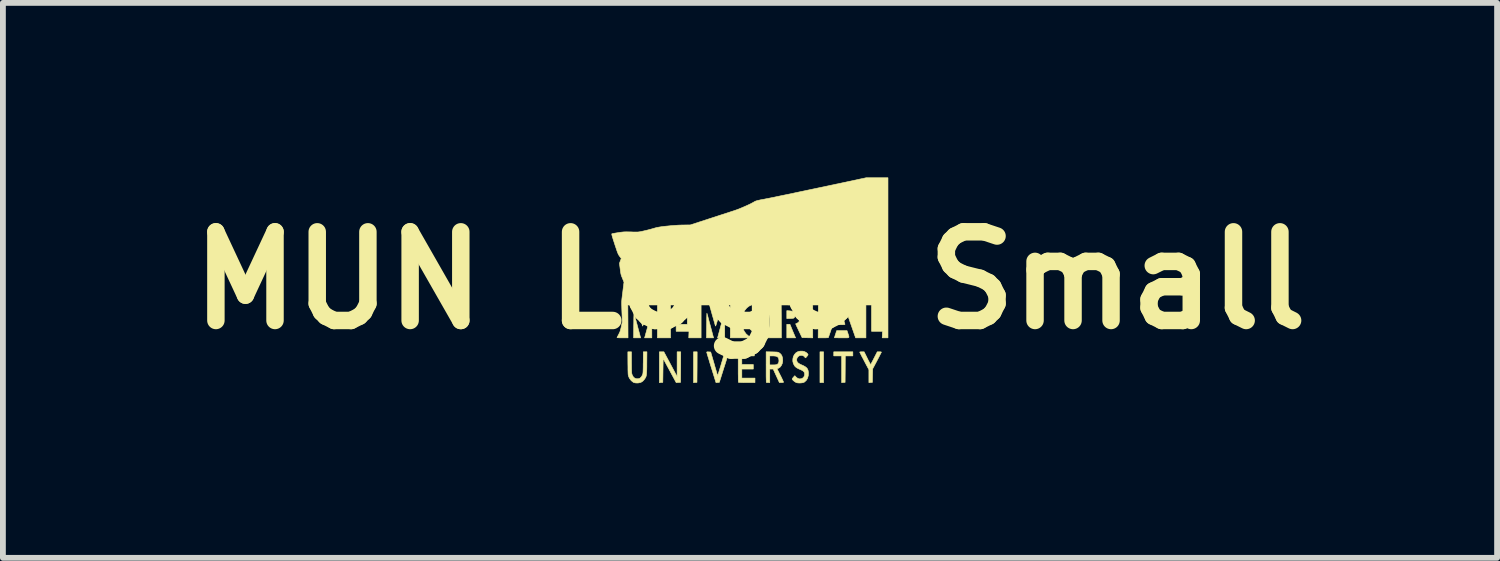
<source format=kicad_pcb>
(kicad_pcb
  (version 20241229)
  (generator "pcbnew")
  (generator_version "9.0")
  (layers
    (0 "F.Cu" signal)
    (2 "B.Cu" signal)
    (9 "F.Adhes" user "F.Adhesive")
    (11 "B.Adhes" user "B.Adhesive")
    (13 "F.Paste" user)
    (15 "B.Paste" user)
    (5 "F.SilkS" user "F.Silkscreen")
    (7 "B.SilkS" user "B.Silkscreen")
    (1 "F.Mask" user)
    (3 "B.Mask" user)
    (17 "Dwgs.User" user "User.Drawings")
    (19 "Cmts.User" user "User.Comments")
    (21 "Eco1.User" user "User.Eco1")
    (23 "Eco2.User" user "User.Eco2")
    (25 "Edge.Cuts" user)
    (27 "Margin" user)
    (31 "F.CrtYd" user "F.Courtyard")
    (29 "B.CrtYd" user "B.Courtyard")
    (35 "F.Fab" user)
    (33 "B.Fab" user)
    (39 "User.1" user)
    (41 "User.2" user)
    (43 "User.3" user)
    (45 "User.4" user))
  (footprint "MUN Logo Small"
    (layer "F.Cu")
    (at 9.841 1.769)
    (property "Reference" "MUN Logo Small" (at 0 0 0) (layer "F.SilkS") (effects (font (size 1.524 1.524) (thickness 0.3))))
    (attr through_hole)
    (fp_poly (pts (xy 1.264 1.757) (xy 1.202 1.757) (xy 1.202 1.228) (xy 1.264 1.228) (xy 1.264 1.757)) (stroke (width 0.01) (type solid)) (fill yes) (layer "F.SilkS"))
    (fp_poly (pts (xy -0.91 1.49) (xy -0.912 1.753) (xy -0.941 1.755) (xy -0.971 1.758) (xy -0.971 1.228) (xy -0.909 1.228) (xy -0.91 1.49)) (stroke (width 0.01) (type solid)) (fill yes) (layer "F.SilkS"))
    (fp_poly (pts (xy 0.659 0.755) (xy 0.686 0.755) (xy 0.734 0.872) (xy 0.783 0.988) (xy 0.632 0.988) (xy 0.632 0.755) (xy 0.659 0.755)) (stroke (width 0.01) (type solid)) (fill yes) (layer "F.SilkS"))
    (fp_poly (pts (xy 1.767 1.298) (xy 1.637 1.298) (xy 1.636 1.526) (xy 1.634 1.753) (xy 1.604 1.755) (xy 1.575 1.758) (xy 1.575 1.298) (xy 1.439 1.298) (xy 1.439 1.228) (xy 1.767 1.228) (xy 1.767 1.298)) (stroke (width 0.01) (type solid)) (fill yes) (layer "F.SilkS"))
    (fp_poly (pts (xy -1.367 1.441) (xy -1.253 1.655) (xy -1.253 1.441) (xy -1.253 1.228) (xy -1.191 1.228) (xy -1.192 1.49) (xy -1.194 1.753) (xy -1.231 1.755) (xy -1.269 1.757) (xy -1.381 1.55) (xy -1.493 1.343) (xy -1.499 1.753) (xy -1.528 1.755) (xy -1.558 1.758) (xy -1.558 1.228) (xy -1.481 1.228) (xy -1.367 1.441)) (stroke (width 0.01) (type solid)) (fill yes) (layer "F.SilkS"))
    (fp_poly (pts (xy 0.684 0.524) (xy 0.723 0.529) (xy 0.752 0.538) (xy 0.77 0.551) (xy 0.775 0.561) (xy 0.779 0.591) (xy 0.772 0.619) (xy 0.765 0.633) (xy 0.759 0.642) (xy 0.752 0.648) (xy 0.742 0.651) (xy 0.727 0.653) (xy 0.703 0.655) (xy 0.692 0.655) (xy 0.632 0.657) (xy 0.632 0.52) (xy 0.684 0.524)) (stroke (width 0.01) (type solid)) (fill yes) (layer "F.SilkS"))
    (fp_poly (pts (xy -1.991 0.574) (xy -1.986 0.594) (xy -1.977 0.625) (xy -1.967 0.664) (xy -1.955 0.709) (xy -1.941 0.76) (xy -1.936 0.781) (xy -1.88 0.988) (xy -2.001 0.988) (xy -1.999 0.771) (xy -1.998 0.718) (xy -1.998 0.67) (xy -1.997 0.629) (xy -1.996 0.597) (xy -1.995 0.575) (xy -1.994 0.565) (xy -1.994 0.564) (xy -1.991 0.574)) (stroke (width 0.01) (type solid)) (fill yes) (layer "F.SilkS"))
    (fp_poly (pts (xy -1.691 0.566) (xy -1.69 0.584) (xy -1.689 0.613) (xy -1.689 0.651) (xy -1.688 0.697) (xy -1.688 0.749) (xy -1.688 0.771) (xy -1.688 0.988) (xy -1.812 0.988) (xy -1.754 0.778) (xy -1.74 0.726) (xy -1.727 0.678) (xy -1.715 0.637) (xy -1.705 0.603) (xy -1.698 0.578) (xy -1.694 0.564) (xy -1.693 0.561) (xy -1.691 0.566)) (stroke (width 0.01) (type solid)) (fill yes) (layer "F.SilkS"))
    (fp_poly (pts (xy -0.738 0.574) (xy -0.733 0.594) (xy -0.724 0.625) (xy -0.714 0.664) (xy -0.702 0.709) (xy -0.688 0.76) (xy -0.682 0.781) (xy -0.627 0.988) (xy -0.748 0.988) (xy -0.746 0.771) (xy -0.745 0.718) (xy -0.745 0.67) (xy -0.744 0.629) (xy -0.743 0.597) (xy -0.742 0.575) (xy -0.741 0.565) (xy -0.741 0.564) (xy -0.738 0.574)) (stroke (width 0.01) (type solid)) (fill yes) (layer "F.SilkS"))
    (fp_poly (pts (xy -0.437 0.557) (xy -0.436 0.576) (xy -0.435 0.605) (xy -0.435 0.643) (xy -0.435 0.689) (xy -0.435 0.741) (xy -0.435 0.768) (xy -0.435 0.988) (xy -0.558 0.988) (xy -0.499 0.771) (xy -0.485 0.719) (xy -0.471 0.671) (xy -0.46 0.628) (xy -0.45 0.594) (xy -0.443 0.569) (xy -0.438 0.554) (xy -0.437 0.551) (xy -0.437 0.557)) (stroke (width 0.01) (type solid)) (fill yes) (layer "F.SilkS"))
    (fp_poly (pts (xy 1.683 0.912) (xy 1.691 0.936) (xy 1.697 0.955) (xy 1.7 0.969) (xy 1.699 0.978) (xy 1.692 0.984) (xy 1.679 0.987) (xy 1.658 0.988) (xy 1.628 0.988) (xy 1.588 0.988) (xy 1.578 0.988) (xy 1.541 0.988) (xy 1.509 0.987) (xy 1.482 0.987) (xy 1.463 0.987) (xy 1.452 0.986) (xy 1.451 0.986) (xy 1.453 0.979) (xy 1.458 0.961) (xy 1.465 0.937) (xy 1.47 0.924) (xy 1.489 0.864) (xy 1.667 0.864) (xy 1.683 0.912)) (stroke (width 0.01) (type solid)) (fill yes) (layer "F.SilkS"))
    (fp_poly (pts (xy 0.073 1.298) (xy -0.141 1.298) (xy -0.141 1.446) (xy 0.056 1.446) (xy 0.056 1.524) (xy -0.141 1.524) (xy -0.141 1.679) (xy 0.085 1.679) (xy 0.085 1.757) (xy -0.056 1.757) (xy -0.094 1.757) (xy -0.129 1.756) (xy -0.159 1.755) (xy -0.181 1.754) (xy -0.195 1.753) (xy -0.199 1.752) (xy -0.2 1.744) (xy -0.201 1.724) (xy -0.202 1.692) (xy -0.202 1.652) (xy -0.203 1.603) (xy -0.203 1.549) (xy -0.203 1.49) (xy -0.203 1.228) (xy 0.073 1.228) (xy 0.073 1.298)) (stroke (width 0.01) (type solid)) (fill yes) (layer "F.SilkS"))
    (fp_poly (pts (xy 1.578 0.595) (xy 1.584 0.61) (xy 1.592 0.632) (xy 1.601 0.659) (xy 1.611 0.687) (xy 1.62 0.714) (xy 1.627 0.737) (xy 1.631 0.752) (xy 1.631 0.757) (xy 1.626 0.759) (xy 1.612 0.761) (xy 1.591 0.762) (xy 1.578 0.762) (xy 1.55 0.761) (xy 1.532 0.759) (xy 1.524 0.755) (xy 1.524 0.754) (xy 1.526 0.745) (xy 1.531 0.725) (xy 1.539 0.7) (xy 1.548 0.671) (xy 1.557 0.642) (xy 1.565 0.617) (xy 1.571 0.599) (xy 1.574 0.591) (xy 1.578 0.595)) (stroke (width 0.01) (type solid)) (fill yes) (layer "F.SilkS"))
    (fp_poly (pts (xy 0.105 0.522) (xy 0.143 0.529) (xy 0.175 0.546) (xy 0.202 0.573) (xy 0.222 0.608) (xy 0.236 0.648) (xy 0.241 0.693) (xy 0.238 0.739) (xy 0.227 0.786) (xy 0.214 0.814) (xy 0.192 0.845) (xy 0.163 0.868) (xy 0.128 0.882) (xy 0.092 0.885) (xy 0.07 0.882) (xy 0.037 0.869) (xy 0.011 0.848) (xy -0.007 0.826) (xy -0.026 0.788) (xy -0.037 0.744) (xy -0.04 0.698) (xy -0.035 0.652) (xy -0.023 0.609) (xy -0.003 0.573) (xy 0.008 0.56) (xy 0.035 0.538) (xy 0.066 0.526) (xy 0.105 0.522) (xy 0.105 0.522)) (stroke (width 0.01) (type solid)) (fill yes) (layer "F.SilkS"))
    (fp_poly (pts (xy 2.241 1.228) (xy 2.253 1.23) (xy 2.258 1.233) (xy 2.255 1.24) (xy 2.246 1.257) (xy 2.233 1.282) (xy 2.217 1.314) (xy 2.197 1.352) (xy 2.183 1.379) (xy 2.108 1.52) (xy 2.105 1.637) (xy 2.103 1.753) (xy 2.073 1.755) (xy 2.043 1.758) (xy 2.043 1.535) (xy 1.964 1.386) (xy 1.943 1.345) (xy 1.923 1.309) (xy 1.907 1.277) (xy 1.895 1.253) (xy 1.887 1.237) (xy 1.885 1.232) (xy 1.89 1.23) (xy 1.904 1.228) (xy 1.923 1.228) (xy 1.923 1.228) (xy 1.961 1.228) (xy 2.015 1.337) (xy 2.032 1.372) (xy 2.048 1.402) (xy 2.06 1.426) (xy 2.068 1.441) (xy 2.072 1.446) (xy 2.076 1.441) (xy 2.085 1.425) (xy 2.098 1.401) (xy 2.114 1.371) (xy 2.131 1.337) (xy 2.187 1.228) (xy 2.222 1.228) (xy 2.241 1.228)) (stroke (width 0.01) (type solid)) (fill yes) (layer "F.SilkS"))
    (fp_poly (pts (xy -0.379 1.229) (xy -0.369 1.233) (xy -0.367 1.236) (xy -0.369 1.245) (xy -0.375 1.265) (xy -0.384 1.295) (xy -0.396 1.334) (xy -0.41 1.38) (xy -0.426 1.431) (xy -0.444 1.487) (xy -0.448 1.499) (xy -0.528 1.753) (xy -0.585 1.757) (xy -0.663 1.506) (xy -0.681 1.449) (xy -0.697 1.396) (xy -0.711 1.348) (xy -0.724 1.307) (xy -0.734 1.275) (xy -0.74 1.252) (xy -0.744 1.241) (xy -0.744 1.24) (xy -0.744 1.233) (xy -0.74 1.229) (xy -0.73 1.228) (xy -0.711 1.229) (xy -0.676 1.231) (xy -0.617 1.432) (xy -0.603 1.483) (xy -0.589 1.529) (xy -0.578 1.569) (xy -0.568 1.602) (xy -0.562 1.625) (xy -0.558 1.637) (xy -0.557 1.639) (xy -0.555 1.634) (xy -0.55 1.617) (xy -0.541 1.59) (xy -0.53 1.555) (xy -0.517 1.512) (xy -0.502 1.464) (xy -0.494 1.436) (xy -0.432 1.228) (xy -0.399 1.228) (xy -0.379 1.229)) (stroke (width 0.01) (type solid)) (fill yes) (layer "F.SilkS"))
    (fp_poly (pts (xy -2.038 1.409) (xy -2.037 1.466) (xy -2.037 1.51) (xy -2.036 1.544) (xy -2.035 1.569) (xy -2.034 1.588) (xy -2.032 1.602) (xy -2.029 1.613) (xy -2.027 1.62) (xy -2.009 1.655) (xy -1.984 1.679) (xy -1.953 1.691) (xy -1.919 1.691) (xy -1.89 1.68) (xy -1.866 1.656) (xy -1.85 1.627) (xy -1.846 1.618) (xy -1.843 1.608) (xy -1.841 1.596) (xy -1.839 1.579) (xy -1.838 1.557) (xy -1.837 1.527) (xy -1.836 1.487) (xy -1.836 1.435) (xy -1.835 1.413) (xy -1.834 1.228) (xy -1.772 1.228) (xy -1.774 1.423) (xy -1.774 1.485) (xy -1.775 1.535) (xy -1.777 1.574) (xy -1.779 1.605) (xy -1.782 1.629) (xy -1.786 1.648) (xy -1.792 1.664) (xy -1.8 1.678) (xy -1.81 1.693) (xy -1.816 1.702) (xy -1.844 1.733) (xy -1.876 1.753) (xy -1.914 1.762) (xy -1.939 1.764) (xy -1.972 1.762) (xy -1.996 1.756) (xy -2.007 1.751) (xy -2.042 1.723) (xy -2.071 1.685) (xy -2.083 1.66) (xy -2.087 1.65) (xy -2.09 1.64) (xy -2.093 1.629) (xy -2.095 1.614) (xy -2.096 1.595) (xy -2.097 1.568) (xy -2.098 1.533) (xy -2.098 1.488) (xy -2.099 1.43) (xy -2.099 1.427) (xy -2.1 1.228) (xy -2.038 1.228) (xy -2.038 1.409)) (stroke (width 0.01) (type solid)) (fill yes) (layer "F.SilkS"))
    (fp_poly (pts (xy 0.38 1.229) (xy 0.416 1.23) (xy 0.443 1.231) (xy 0.463 1.232) (xy 0.478 1.235) (xy 0.488 1.238) (xy 0.497 1.243) (xy 0.507 1.249) (xy 0.509 1.25) (xy 0.532 1.271) (xy 0.547 1.295) (xy 0.557 1.326) (xy 0.56 1.343) (xy 0.562 1.385) (xy 0.555 1.426) (xy 0.539 1.462) (xy 0.517 1.491) (xy 0.489 1.509) (xy 0.485 1.511) (xy 0.464 1.519) (xy 0.52 1.63) (xy 0.538 1.665) (xy 0.553 1.697) (xy 0.565 1.723) (xy 0.573 1.741) (xy 0.576 1.749) (xy 0.57 1.754) (xy 0.555 1.756) (xy 0.54 1.757) (xy 0.505 1.757) (xy 0.451 1.64) (xy 0.398 1.524) (xy 0.368 1.524) (xy 0.339 1.524) (xy 0.339 1.757) (xy 0.311 1.757) (xy 0.295 1.756) (xy 0.283 1.754) (xy 0.28 1.752) (xy 0.279 1.744) (xy 0.279 1.724) (xy 0.278 1.692) (xy 0.277 1.652) (xy 0.277 1.603) (xy 0.277 1.549) (xy 0.277 1.49) (xy 0.277 1.298) (xy 0.339 1.298) (xy 0.339 1.453) (xy 0.395 1.453) (xy 0.429 1.452) (xy 0.453 1.449) (xy 0.468 1.443) (xy 0.469 1.443) (xy 0.486 1.426) (xy 0.495 1.403) (xy 0.497 1.38) (xy 0.494 1.35) (xy 0.486 1.328) (xy 0.47 1.313) (xy 0.447 1.303) (xy 0.414 1.299) (xy 0.393 1.298) (xy 0.339 1.298) (xy 0.277 1.298) (xy 0.277 1.227) (xy 0.38 1.229)) (stroke (width 0.01) (type solid)) (fill yes) (layer "F.SilkS"))
    (fp_poly (pts (xy 0.901 1.216) (xy 0.936 1.224) (xy 0.967 1.24) (xy 0.99 1.262) (xy 0.996 1.271) (xy 0.997 1.279) (xy 0.992 1.288) (xy 0.981 1.303) (xy 0.977 1.307) (xy 0.964 1.323) (xy 0.955 1.331) (xy 0.95 1.33) (xy 0.947 1.326) (xy 0.928 1.304) (xy 0.905 1.292) (xy 0.88 1.288) (xy 0.855 1.292) (xy 0.833 1.304) (xy 0.815 1.322) (xy 0.804 1.346) (xy 0.802 1.366) (xy 0.805 1.389) (xy 0.817 1.41) (xy 0.837 1.427) (xy 0.867 1.444) (xy 0.881 1.45) (xy 0.921 1.468) (xy 0.952 1.486) (xy 0.975 1.505) (xy 0.99 1.526) (xy 0.999 1.552) (xy 1.003 1.583) (xy 1.004 1.588) (xy 1.001 1.637) (xy 0.989 1.681) (xy 0.968 1.717) (xy 0.938 1.745) (xy 0.929 1.751) (xy 0.908 1.758) (xy 0.881 1.762) (xy 0.851 1.764) (xy 0.821 1.762) (xy 0.797 1.757) (xy 0.79 1.754) (xy 0.766 1.74) (xy 0.743 1.721) (xy 0.728 1.704) (xy 0.725 1.696) (xy 0.727 1.688) (xy 0.736 1.676) (xy 0.745 1.665) (xy 0.77 1.638) (xy 0.787 1.658) (xy 0.815 1.681) (xy 0.846 1.693) (xy 0.878 1.691) (xy 0.901 1.682) (xy 0.923 1.662) (xy 0.936 1.636) (xy 0.939 1.613) (xy 0.936 1.59) (xy 0.926 1.571) (xy 0.907 1.554) (xy 0.879 1.539) (xy 0.867 1.534) (xy 0.833 1.519) (xy 0.807 1.505) (xy 0.788 1.492) (xy 0.772 1.477) (xy 0.763 1.465) (xy 0.744 1.428) (xy 0.735 1.389) (xy 0.736 1.349) (xy 0.745 1.31) (xy 0.762 1.276) (xy 0.787 1.247) (xy 0.819 1.227) (xy 0.827 1.224) (xy 0.863 1.216) (xy 0.901 1.216)) (stroke (width 0.01) (type solid)) (fill yes) (layer "F.SilkS"))
    (fp_poly (pts (xy 2.371 0.988) (xy 2.321 0.988) (xy 2.272 0.988) (xy 2.276 0.875) (xy 2.088 0.875) (xy 2.088 0.423) (xy 1.992 0.423) (xy 1.992 0.988) (xy 1.815 0.988) (xy 1.716 0.705) (xy 1.618 0.423) (xy 1.579 0.425) (xy 1.539 0.427) (xy 1.447 0.691) (xy 1.427 0.749) (xy 1.408 0.804) (xy 1.391 0.853) (xy 1.377 0.895) (xy 1.365 0.93) (xy 1.356 0.955) (xy 1.352 0.97) (xy 1.351 0.972) (xy 1.35 0.978) (xy 1.346 0.982) (xy 1.34 0.985) (xy 1.329 0.987) (xy 1.311 0.987) (xy 1.285 0.988) (xy 1.26 0.988) (xy 1.171 0.988) (xy 1.173 0.706) (xy 1.174 0.423) (xy 1.078 0.423) (xy 1.078 0.988) (xy 0.987 0.986) (xy 0.895 0.984) (xy 0.84 0.869) (xy 0.823 0.833) (xy 0.808 0.801) (xy 0.796 0.775) (xy 0.788 0.757) (xy 0.785 0.748) (xy 0.785 0.748) (xy 0.789 0.743) (xy 0.801 0.739) (xy 0.826 0.726) (xy 0.847 0.702) (xy 0.863 0.67) (xy 0.874 0.632) (xy 0.878 0.591) (xy 0.874 0.55) (xy 0.864 0.513) (xy 0.852 0.487) (xy 0.837 0.467) (xy 0.817 0.451) (xy 0.791 0.439) (xy 0.759 0.431) (xy 0.719 0.426) (xy 0.669 0.424) (xy 0.639 0.423) (xy 0.536 0.423) (xy 0.538 0.706) (xy 0.539 0.988) (xy 0.178 0.987) (xy 0.213 0.966) (xy 0.255 0.933) (xy 0.29 0.889) (xy 0.317 0.837) (xy 0.318 0.834) (xy 0.326 0.813) (xy 0.331 0.796) (xy 0.334 0.778) (xy 0.335 0.756) (xy 0.336 0.726) (xy 0.336 0.702) (xy 0.336 0.665) (xy 0.335 0.638) (xy 0.333 0.618) (xy 0.329 0.601) (xy 0.323 0.583) (xy 0.321 0.577) (xy 0.295 0.524) (xy 0.261 0.48) (xy 0.221 0.446) (xy 0.176 0.423) (xy 0.126 0.412) (xy 0.073 0.412) (xy 0.034 0.42) (xy -0.014 0.441) (xy -0.055 0.472) (xy -0.089 0.514) (xy -0.115 0.564) (xy -0.133 0.623) (xy -0.135 0.634) (xy -0.141 0.7) (xy -0.137 0.763) (xy -0.123 0.821) (xy -0.1 0.874) (xy -0.068 0.919) (xy -0.027 0.955) (xy -0.01 0.967) (xy 0.025 0.988) (xy -0.157 0.988) (xy -0.339 0.988) (xy -0.339 0.423) (xy -0.484 0.423) (xy -0.501 0.482) (xy -0.509 0.508) (xy -0.519 0.544) (xy -0.531 0.586) (xy -0.544 0.631) (xy -0.553 0.665) (xy -0.565 0.704) (xy -0.575 0.737) (xy -0.583 0.763) (xy -0.589 0.78) (xy -0.593 0.785) (xy -0.593 0.785) (xy -0.596 0.777) (xy -0.602 0.758) (xy -0.61 0.729) (xy -0.621 0.692) (xy -0.633 0.648) (xy -0.647 0.601) (xy -0.696 0.423) (xy -0.841 0.423) (xy -0.841 0.988) (xy -0.947 0.988) (xy -1.053 0.988) (xy -1.051 0.931) (xy -1.049 0.875) (xy -1.27 0.875) (xy -1.27 0.755) (xy -1.078 0.755) (xy -1.078 0.642) (xy -1.27 0.642) (xy -1.27 0.536) (xy -1.067 0.536) (xy -1.067 0.423) (xy -1.366 0.423) (xy -1.366 0.988) (xy -1.592 0.988) (xy -1.592 0.423) (xy -1.738 0.423) (xy -1.749 0.46) (xy -1.754 0.478) (xy -1.762 0.507) (xy -1.772 0.543) (xy -1.784 0.585) (xy -1.797 0.63) (xy -1.801 0.644) (xy -1.813 0.686) (xy -1.824 0.723) (xy -1.833 0.753) (xy -1.841 0.774) (xy -1.845 0.784) (xy -1.846 0.785) (xy -1.849 0.777) (xy -1.855 0.758) (xy -1.863 0.729) (xy -1.874 0.692) (xy -1.887 0.648) (xy -1.9 0.601) (xy -1.95 0.423) (xy -2.1 0.423) (xy -2.098 0.706) (xy -2.097 0.988) (xy -2.191 0.988) (xy -2.223 0.988) (xy -2.25 0.987) (xy -2.27 0.986) (xy -2.283 0.985) (xy -2.286 0.984) (xy -2.283 0.976) (xy -2.275 0.961) (xy -2.263 0.939) (xy -2.258 0.929) (xy -2.245 0.903) (xy -2.234 0.878) (xy -2.226 0.85) (xy -2.217 0.815) (xy -2.213 0.796) (xy -2.195 0.713) (xy -2.202 0.538) (xy -2.204 0.483) (xy -2.205 0.44) (xy -2.206 0.406) (xy -2.206 0.377) (xy -2.205 0.352) (xy -2.203 0.327) (xy -2.2 0.3) (xy -2.196 0.268) (xy -2.194 0.25) (xy -2.188 0.207) (xy -2.183 0.163) (xy -2.178 0.124) (xy -2.174 0.094) (xy -2.173 0.084) (xy -2.166 0.031) (xy -2.193 -0.036) (xy -2.205 -0.065) (xy -2.214 -0.09) (xy -2.22 -0.115) (xy -2.225 -0.144) (xy -2.23 -0.182) (xy -2.232 -0.198) (xy -2.244 -0.293) (xy -2.229 -0.335) (xy -2.213 -0.377) (xy -2.241 -0.413) (xy -2.25 -0.426) (xy -2.259 -0.44) (xy -2.268 -0.458) (xy -2.277 -0.48) (xy -2.288 -0.51) (xy -2.301 -0.549) (xy -2.316 -0.593) (xy -2.336 -0.655) (xy -2.352 -0.704) (xy -2.364 -0.743) (xy -2.372 -0.771) (xy -2.376 -0.789) (xy -2.376 -0.799) (xy -2.376 -0.8) (xy -2.37 -0.802) (xy -2.354 -0.806) (xy -2.331 -0.81) (xy -2.302 -0.815) (xy -2.269 -0.82) (xy -2.231 -0.826) (xy -2.199 -0.83) (xy -2.169 -0.833) (xy -2.14 -0.834) (xy -2.107 -0.834) (xy -2.067 -0.833) (xy -2.043 -0.833) (xy -2.002 -0.831) (xy -1.97 -0.831) (xy -1.943 -0.831) (xy -1.921 -0.832) (xy -1.899 -0.835) (xy -1.875 -0.839) (xy -1.848 -0.845) (xy -1.834 -0.848) (xy -1.795 -0.857) (xy -1.75 -0.868) (xy -1.705 -0.88) (xy -1.665 -0.891) (xy -1.662 -0.892) (xy -1.635 -0.9) (xy -1.61 -0.907) (xy -1.585 -0.912) (xy -1.557 -0.917) (xy -1.525 -0.922) (xy -1.487 -0.927) (xy -1.441 -0.932) (xy -1.408 -0.935) (xy -1.35 -0.941) (xy -1.291 -0.945) (xy -1.235 -0.949) (xy -1.184 -0.951) (xy -1.141 -0.952) (xy -1.133 -0.952) (xy -1.027 -0.953) (xy -0.701 -1.059) (xy -0.639 -1.079) (xy -0.577 -1.099) (xy -0.517 -1.119) (xy -0.46 -1.137) (xy -0.408 -1.154) (xy -0.362 -1.169) (xy -0.323 -1.182) (xy -0.292 -1.192) (xy -0.277 -1.197) (xy -0.236 -1.211) (xy -0.19 -1.228) (xy -0.142 -1.248) (xy -0.093 -1.269) (xy -0.046 -1.29) (xy -0.003 -1.31) (xy 0.034 -1.329) (xy 0.063 -1.345) (xy 0.068 -1.348) (xy 0.08 -1.355) (xy 0.092 -1.361) (xy 0.107 -1.366) (xy 0.125 -1.372) (xy 0.149 -1.377) (xy 0.179 -1.384) (xy 0.217 -1.391) (xy 0.251 -1.397) (xy 0.274 -1.402) (xy 0.308 -1.408) (xy 0.351 -1.417) (xy 0.403 -1.427) (xy 0.463 -1.44) (xy 0.53 -1.454) (xy 0.603 -1.469) (xy 0.682 -1.485) (xy 0.766 -1.503) (xy 0.855 -1.522) (xy 0.946 -1.541) (xy 1.04 -1.561) (xy 1.136 -1.581) (xy 1.197 -1.594) (xy 1.996 -1.764) (xy 2.371 -1.764) (xy 2.371 0.988)) (stroke (width 0.01) (type solid)) (fill yes) (layer "F.SilkS")))
  (gr_rect
    (start -3 -3)
    (end 22.681 6.538)
    (stroke (width 0.1) (type default))
    (fill no)
    (layer "Edge.Cuts")))
</source>
